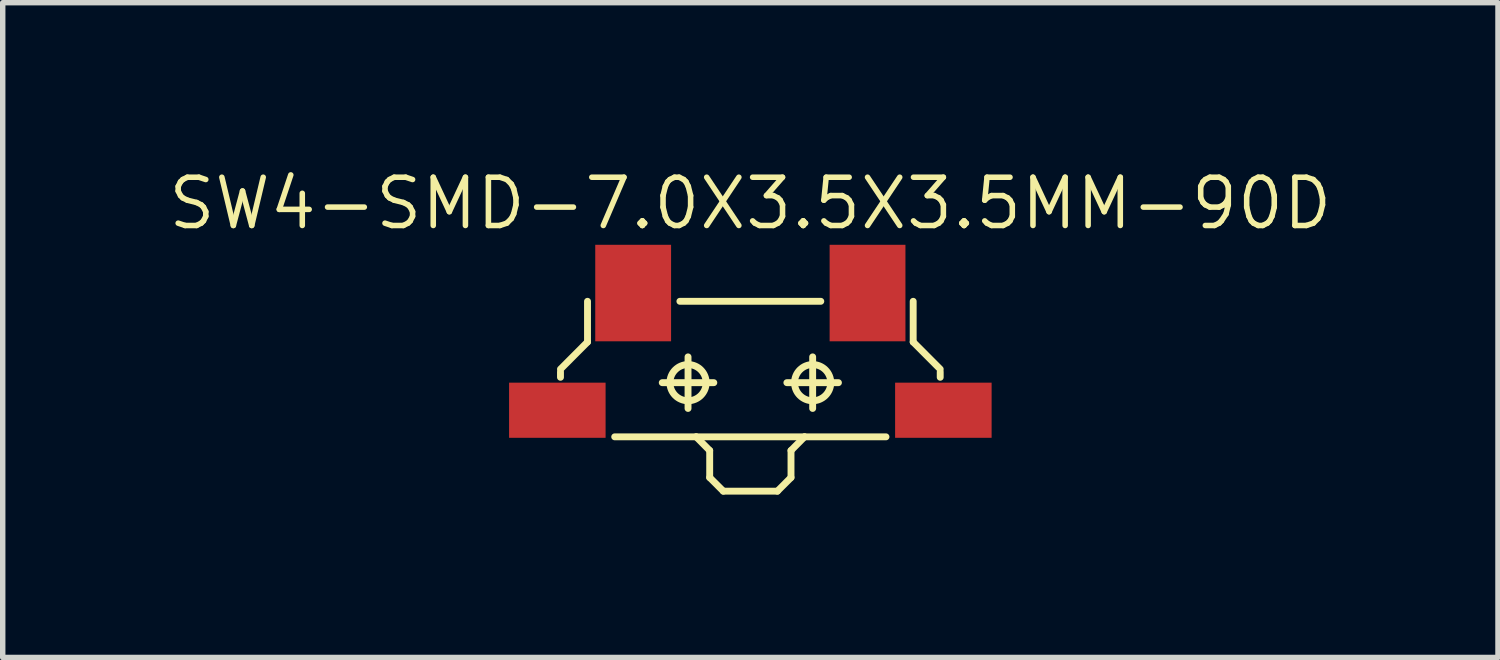
<source format=kicad_pcb>
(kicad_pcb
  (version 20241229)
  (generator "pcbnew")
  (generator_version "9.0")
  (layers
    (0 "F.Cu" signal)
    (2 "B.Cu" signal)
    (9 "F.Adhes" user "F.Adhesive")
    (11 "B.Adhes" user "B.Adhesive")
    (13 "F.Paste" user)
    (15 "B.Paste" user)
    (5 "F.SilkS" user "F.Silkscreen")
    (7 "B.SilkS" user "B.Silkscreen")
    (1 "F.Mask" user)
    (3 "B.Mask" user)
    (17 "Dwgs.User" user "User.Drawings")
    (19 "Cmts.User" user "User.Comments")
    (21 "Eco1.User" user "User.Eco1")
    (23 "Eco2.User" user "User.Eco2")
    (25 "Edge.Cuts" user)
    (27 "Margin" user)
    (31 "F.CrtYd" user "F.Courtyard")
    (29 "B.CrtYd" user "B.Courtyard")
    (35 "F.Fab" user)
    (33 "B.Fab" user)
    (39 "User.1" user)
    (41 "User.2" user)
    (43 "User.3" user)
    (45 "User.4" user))
  (footprint "SW4-SMD-7.0X3.5X3.5MM-90D"
    (layer "F.Cu")
    (at 10.774 4)
    (property "Reference" "SW4-SMD-7.0X3.5X3.5MM-90D" (at 0 -3.302 0) (layer "F.SilkS") (effects (font (size 0.889 0.889) (thickness 0.102))))
    (attr smd)
    (fp_line (start -3.498 -0.249) (end -3 -0.749) (stroke (width 0.127) (type solid)) (layer "F.SilkS"))
    (fp_line (start -3.498 -0.198) (end -3.498 -0.099) (stroke (width 0.127) (type solid)) (layer "F.SilkS"))
    (fp_line (start -3 -0.749) (end -3 -1.499) (stroke (width 0.127) (type solid)) (layer "F.SilkS"))
    (fp_line (start -1.623 0) (end -0.673 0) (stroke (width 0.127) (type solid)) (layer "F.SilkS"))
    (fp_line (start -1.298 -1.499) (end 1.298 -1.499) (stroke (width 0.127) (type solid)) (layer "F.SilkS"))
    (fp_line (start -1.148 0.475) (end -1.148 -0.475) (stroke (width 0.127) (type solid)) (layer "F.SilkS"))
    (fp_line (start -0.998 0.998) (end -2.499 0.998) (stroke (width 0.127) (type solid)) (layer "F.SilkS"))
    (fp_line (start -0.998 0.998) (end -0.749 1.25) (stroke (width 0.127) (type solid)) (layer "F.SilkS"))
    (fp_line (start -0.749 1.25) (end -0.749 1.748) (stroke (width 0.127) (type solid)) (layer "F.SilkS"))
    (fp_line (start -0.749 1.748) (end -0.498 1.999) (stroke (width 0.127) (type solid)) (layer "F.SilkS"))
    (fp_line (start -0.498 1.999) (end 0.498 1.999) (stroke (width 0.127) (type solid)) (layer "F.SilkS"))
    (fp_line (start 0.498 1.999) (end 0.749 1.748) (stroke (width 0.127) (type solid)) (layer "F.SilkS"))
    (fp_line (start 0.673 0) (end 1.623 0) (stroke (width 0.127) (type solid)) (layer "F.SilkS"))
    (fp_line (start 0.749 1.25) (end 0.998 0.998) (stroke (width 0.127) (type solid)) (layer "F.SilkS"))
    (fp_line (start 0.749 1.748) (end 0.749 1.25) (stroke (width 0.127) (type solid)) (layer "F.SilkS"))
    (fp_line (start 0.998 0.998) (end -0.998 0.998) (stroke (width 0.127) (type solid)) (layer "F.SilkS"))
    (fp_line (start 0.998 0.998) (end 2.499 0.998) (stroke (width 0.127) (type solid)) (layer "F.SilkS"))
    (fp_line (start 1.148 0.475) (end 1.148 -0.475) (stroke (width 0.127) (type solid)) (layer "F.SilkS"))
    (fp_line (start 3 -1.499) (end 3 -0.749) (stroke (width 0.127) (type solid)) (layer "F.SilkS"))
    (fp_line (start 3 -0.749) (end 3.498 -0.249) (stroke (width 0.127) (type solid)) (layer "F.SilkS"))
    (fp_line (start 3.498 -0.198) (end 3.498 -0.099) (stroke (width 0.127) (type solid)) (layer "F.SilkS"))
    (fp_circle (center -1.148 0) (end -1.384 0.236) (stroke (width 0.127) (type solid)) (fill no) (layer "F.SilkS"))
    (fp_circle (center 1.148 0) (end 1.384 0.236) (stroke (width 0.127) (type solid)) (fill no) (layer "F.SilkS"))
    (pad "1" smd rect (at -2.159 -1.651 90) (size 1.778 1.397) (layers "F.Cu" "F.Mask" "F.Paste"))
    (pad "2" smd rect (at 2.159 -1.651 90) (size 1.778 1.397) (layers "F.Cu" "F.Mask" "F.Paste"))
    (pad "S1" smd rect (at -3.556 0.508) (size 1.778 1.016) (layers "F.Cu" "F.Mask" "F.Paste"))
    (pad "S2" smd rect (at 3.556 0.508) (size 1.778 1.016) (layers "F.Cu" "F.Mask" "F.Paste")))
  (gr_rect
    (start -3 -3)
    (end 24.548 9.063)
    (stroke (width 0.1) (type default))
    (fill no)
    (layer "Edge.Cuts")))
</source>
